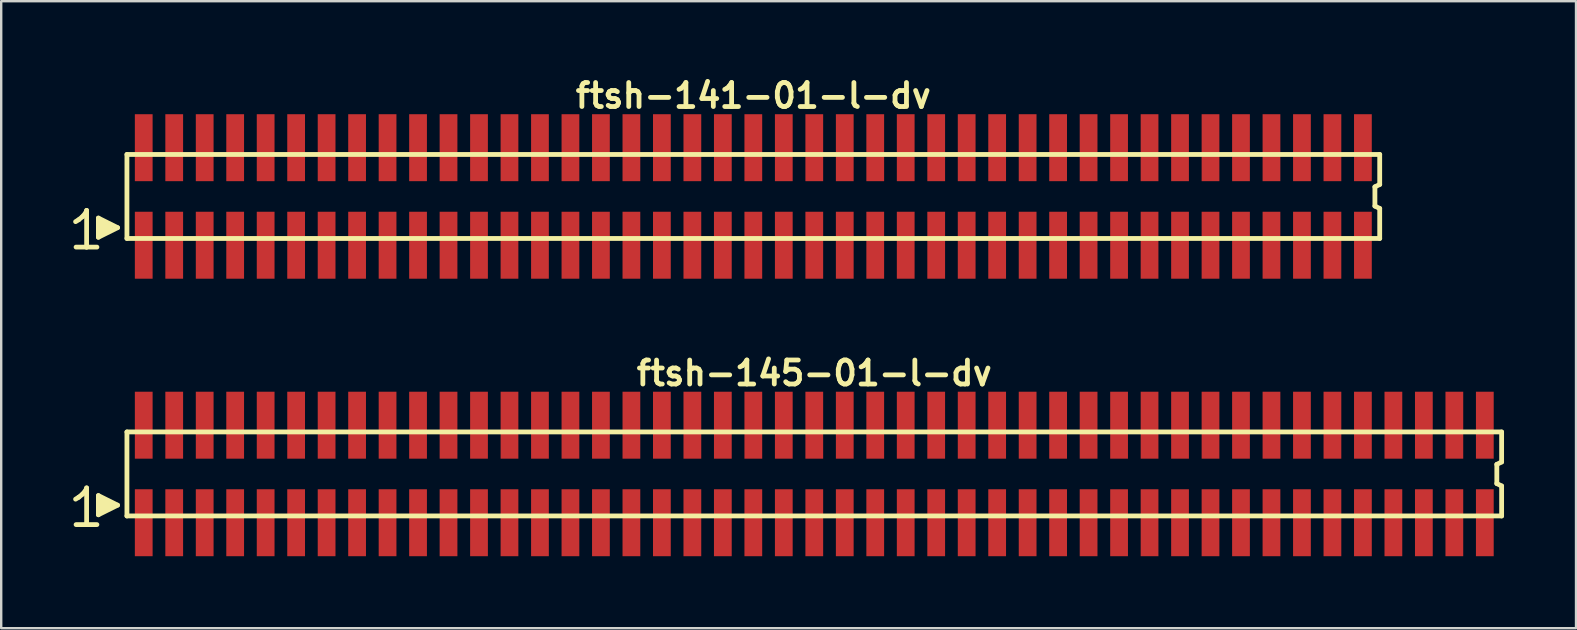
<source format=kicad_pcb>
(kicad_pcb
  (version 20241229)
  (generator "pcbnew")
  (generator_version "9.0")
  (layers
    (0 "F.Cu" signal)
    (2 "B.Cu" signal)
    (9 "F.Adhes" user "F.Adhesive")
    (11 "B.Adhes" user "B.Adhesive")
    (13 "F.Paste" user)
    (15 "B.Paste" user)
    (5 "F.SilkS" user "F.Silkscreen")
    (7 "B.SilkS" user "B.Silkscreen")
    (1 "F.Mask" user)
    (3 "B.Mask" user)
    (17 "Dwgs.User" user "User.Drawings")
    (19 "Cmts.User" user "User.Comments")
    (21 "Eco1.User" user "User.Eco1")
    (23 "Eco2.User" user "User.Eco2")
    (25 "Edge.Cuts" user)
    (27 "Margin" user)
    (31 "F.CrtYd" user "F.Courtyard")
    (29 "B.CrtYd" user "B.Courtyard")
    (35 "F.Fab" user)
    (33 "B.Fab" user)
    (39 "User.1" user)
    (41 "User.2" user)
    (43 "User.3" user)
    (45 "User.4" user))
  (footprint "ftsh-141-01-l-dv"
    (layer "F.Cu")
    (at 28.339 5.136)
    (property "Reference" "ftsh-141-01-l-dv" (at 0 -4.2 0) (layer "F.SilkS") (effects (font (size 1 1) (thickness 0.2))))
    (attr smd)
    (fp_line (start -28.24 1.05) (end -28.11 0.97) (stroke (width 0.198) (type solid)) (layer "F.SilkS"))
    (fp_line (start -28.11 0.97) (end -27.95 0.84) (stroke (width 0.198) (type solid)) (layer "F.SilkS"))
    (fp_line (start -27.95 0.84) (end -27.81 0.67) (stroke (width 0.198) (type solid)) (layer "F.SilkS"))
    (fp_line (start -27.81 0.67) (end -27.78 0.58) (stroke (width 0.198) (type solid)) (layer "F.SilkS"))
    (fp_line (start -27.78 0.58) (end -27.78 2.11) (stroke (width 0.198) (type solid)) (layer "F.SilkS"))
    (fp_line (start -27.78 2.11) (end -28.22 2.11) (stroke (width 0.198) (type solid)) (layer "F.SilkS"))
    (fp_line (start -27.35 2.11) (end -27.79 2.11) (stroke (width 0.198) (type solid)) (layer "F.SilkS"))
    (fp_line (start -27.29 0.9) (end -26.49 1.3) (stroke (width 0.198) (type solid)) (layer "F.SilkS"))
    (fp_line (start -27.29 1.7) (end -27.29 0.9) (stroke (width 0.198) (type solid)) (layer "F.SilkS"))
    (fp_line (start -27.19 1.6) (end -27.19 1) (stroke (width 0.198) (type solid)) (layer "F.SilkS"))
    (fp_line (start -27.09 1.1) (end -27.09 1.5) (stroke (width 0.198) (type solid)) (layer "F.SilkS"))
    (fp_line (start -26.99 1.5) (end -26.99 1.1) (stroke (width 0.198) (type solid)) (layer "F.SilkS"))
    (fp_line (start -26.89 1.2) (end -26.89 1.4) (stroke (width 0.198) (type solid)) (layer "F.SilkS"))
    (fp_line (start -26.79 1.4) (end -26.79 1.2) (stroke (width 0.198) (type solid)) (layer "F.SilkS"))
    (fp_line (start -26.49 1.3) (end -27.29 1.7) (stroke (width 0.198) (type solid)) (layer "F.SilkS"))
    (fp_line (start -26.1 -1.75) (end -26.1 1.75) (stroke (width 0.2) (type solid)) (layer "F.SilkS"))
    (fp_line (start -26.1 -1.75) (end 26.1 -1.75) (stroke (width 0.2) (type solid)) (layer "F.SilkS"))
    (fp_line (start -26.1 1.75) (end 26.1 1.75) (stroke (width 0.2) (type solid)) (layer "F.SilkS"))
    (fp_line (start 25.9 -0.4) (end 25.9 0.4) (stroke (width 0.2) (type solid)) (layer "F.SilkS"))
    (fp_line (start 25.9 0.4) (end 26.1 0.5) (stroke (width 0.2) (type solid)) (layer "F.SilkS"))
    (fp_line (start 26.1 -0.5) (end 25.9 -0.4) (stroke (width 0.2) (type solid)) (layer "F.SilkS"))
    (fp_line (start 26.1 -0.5) (end 26.1 -1.75) (stroke (width 0.2) (type solid)) (layer "F.SilkS"))
    (fp_line (start 26.1 0.5) (end 26.1 1.75) (stroke (width 0.2) (type solid)) (layer "F.SilkS"))
    (pad "1" smd rect (at -25.4 2.032) (size 0.74 2.79) (layers "F.Cu" "F.Mask" "F.Paste"))
    (pad "2" smd rect (at -25.4 -2.032) (size 0.74 2.79) (layers "F.Cu" "F.Mask" "F.Paste"))
    (pad "3" smd rect (at -24.13 2.032) (size 0.74 2.79) (layers "F.Cu" "F.Mask" "F.Paste"))
    (pad "4" smd rect (at -24.13 -2.032) (size 0.74 2.79) (layers "F.Cu" "F.Mask" "F.Paste"))
    (pad "5" smd rect (at -22.86 2.032) (size 0.74 2.79) (layers "F.Cu" "F.Mask" "F.Paste"))
    (pad "6" smd rect (at -22.86 -2.032) (size 0.74 2.79) (layers "F.Cu" "F.Mask" "F.Paste"))
    (pad "7" smd rect (at -21.59 2.032) (size 0.74 2.79) (layers "F.Cu" "F.Mask" "F.Paste"))
    (pad "8" smd rect (at -21.59 -2.032) (size 0.74 2.79) (layers "F.Cu" "F.Mask" "F.Paste"))
    (pad "9" smd rect (at -20.32 2.032) (size 0.74 2.79) (layers "F.Cu" "F.Mask" "F.Paste"))
    (pad "10" smd rect (at -20.32 -2.032) (size 0.74 2.79) (layers "F.Cu" "F.Mask" "F.Paste"))
    (pad "11" smd rect (at -19.05 2.032) (size 0.74 2.79) (layers "F.Cu" "F.Mask" "F.Paste"))
    (pad "12" smd rect (at -19.05 -2.032) (size 0.74 2.79) (layers "F.Cu" "F.Mask" "F.Paste"))
    (pad "13" smd rect (at -17.78 2.032) (size 0.74 2.79) (layers "F.Cu" "F.Mask" "F.Paste"))
    (pad "14" smd rect (at -17.78 -2.032) (size 0.74 2.79) (layers "F.Cu" "F.Mask" "F.Paste"))
    (pad "15" smd rect (at -16.51 2.032) (size 0.74 2.79) (layers "F.Cu" "F.Mask" "F.Paste"))
    (pad "16" smd rect (at -16.51 -2.032) (size 0.74 2.79) (layers "F.Cu" "F.Mask" "F.Paste"))
    (pad "17" smd rect (at -15.24 2.032) (size 0.74 2.79) (layers "F.Cu" "F.Mask" "F.Paste"))
    (pad "18" smd rect (at -15.24 -2.032) (size 0.74 2.79) (layers "F.Cu" "F.Mask" "F.Paste"))
    (pad "19" smd rect (at -13.97 2.032) (size 0.74 2.79) (layers "F.Cu" "F.Mask" "F.Paste"))
    (pad "20" smd rect (at -13.97 -2.032) (size 0.74 2.79) (layers "F.Cu" "F.Mask" "F.Paste"))
    (pad "21" smd rect (at -12.7 2.032) (size 0.74 2.79) (layers "F.Cu" "F.Mask" "F.Paste"))
    (pad "22" smd rect (at -12.7 -2.032) (size 0.74 2.79) (layers "F.Cu" "F.Mask" "F.Paste"))
    (pad "23" smd rect (at -11.43 2.032) (size 0.74 2.79) (layers "F.Cu" "F.Mask" "F.Paste"))
    (pad "24" smd rect (at -11.43 -2.032) (size 0.74 2.79) (layers "F.Cu" "F.Mask" "F.Paste"))
    (pad "25" smd rect (at -10.16 2.032) (size 0.74 2.79) (layers "F.Cu" "F.Mask" "F.Paste"))
    (pad "26" smd rect (at -10.16 -2.032) (size 0.74 2.79) (layers "F.Cu" "F.Mask" "F.Paste"))
    (pad "27" smd rect (at -8.89 2.032) (size 0.74 2.79) (layers "F.Cu" "F.Mask" "F.Paste"))
    (pad "28" smd rect (at -8.89 -2.032) (size 0.74 2.79) (layers "F.Cu" "F.Mask" "F.Paste"))
    (pad "29" smd rect (at -7.62 2.032) (size 0.74 2.79) (layers "F.Cu" "F.Mask" "F.Paste"))
    (pad "30" smd rect (at -7.62 -2.032) (size 0.74 2.79) (layers "F.Cu" "F.Mask" "F.Paste"))
    (pad "31" smd rect (at -6.35 2.032) (size 0.74 2.79) (layers "F.Cu" "F.Mask" "F.Paste"))
    (pad "32" smd rect (at -6.35 -2.032) (size 0.74 2.79) (layers "F.Cu" "F.Mask" "F.Paste"))
    (pad "33" smd rect (at -5.08 2.032) (size 0.74 2.79) (layers "F.Cu" "F.Mask" "F.Paste"))
    (pad "34" smd rect (at -5.08 -2.032) (size 0.74 2.79) (layers "F.Cu" "F.Mask" "F.Paste"))
    (pad "35" smd rect (at -3.81 2.032) (size 0.74 2.79) (layers "F.Cu" "F.Mask" "F.Paste"))
    (pad "36" smd rect (at -3.81 -2.032) (size 0.74 2.79) (layers "F.Cu" "F.Mask" "F.Paste"))
    (pad "37" smd rect (at -2.54 2.032) (size 0.74 2.79) (layers "F.Cu" "F.Mask" "F.Paste"))
    (pad "38" smd rect (at -2.54 -2.032) (size 0.74 2.79) (layers "F.Cu" "F.Mask" "F.Paste"))
    (pad "39" smd rect (at -1.27 2.032) (size 0.74 2.79) (layers "F.Cu" "F.Mask" "F.Paste"))
    (pad "40" smd rect (at -1.27 -2.032) (size 0.74 2.79) (layers "F.Cu" "F.Mask" "F.Paste"))
    (pad "41" smd rect (at 0 2.032) (size 0.74 2.79) (layers "F.Cu" "F.Mask" "F.Paste"))
    (pad "42" smd rect (at 0 -2.032) (size 0.74 2.79) (layers "F.Cu" "F.Mask" "F.Paste"))
    (pad "43" smd rect (at 1.27 2.032) (size 0.74 2.79) (layers "F.Cu" "F.Mask" "F.Paste"))
    (pad "44" smd rect (at 1.27 -2.032) (size 0.74 2.79) (layers "F.Cu" "F.Mask" "F.Paste"))
    (pad "45" smd rect (at 2.54 2.032) (size 0.74 2.79) (layers "F.Cu" "F.Mask" "F.Paste"))
    (pad "46" smd rect (at 2.54 -2.032) (size 0.74 2.79) (layers "F.Cu" "F.Mask" "F.Paste"))
    (pad "47" smd rect (at 3.81 2.032) (size 0.74 2.79) (layers "F.Cu" "F.Mask" "F.Paste"))
    (pad "48" smd rect (at 3.81 -2.032) (size 0.74 2.79) (layers "F.Cu" "F.Mask" "F.Paste"))
    (pad "49" smd rect (at 5.08 2.032) (size 0.74 2.79) (layers "F.Cu" "F.Mask" "F.Paste"))
    (pad "50" smd rect (at 5.08 -2.032) (size 0.74 2.79) (layers "F.Cu" "F.Mask" "F.Paste"))
    (pad "51" smd rect (at 6.35 2.032) (size 0.74 2.79) (layers "F.Cu" "F.Mask" "F.Paste"))
    (pad "52" smd rect (at 6.35 -2.032) (size 0.74 2.79) (layers "F.Cu" "F.Mask" "F.Paste"))
    (pad "53" smd rect (at 7.62 2.032) (size 0.74 2.79) (layers "F.Cu" "F.Mask" "F.Paste"))
    (pad "54" smd rect (at 7.62 -2.032) (size 0.74 2.79) (layers "F.Cu" "F.Mask" "F.Paste"))
    (pad "55" smd rect (at 8.89 2.032) (size 0.74 2.79) (layers "F.Cu" "F.Mask" "F.Paste"))
    (pad "56" smd rect (at 8.89 -2.032) (size 0.74 2.79) (layers "F.Cu" "F.Mask" "F.Paste"))
    (pad "57" smd rect (at 10.16 2.032) (size 0.74 2.79) (layers "F.Cu" "F.Mask" "F.Paste"))
    (pad "58" smd rect (at 10.16 -2.032) (size 0.74 2.79) (layers "F.Cu" "F.Mask" "F.Paste"))
    (pad "59" smd rect (at 11.43 2.032) (size 0.74 2.79) (layers "F.Cu" "F.Mask" "F.Paste"))
    (pad "60" smd rect (at 11.43 -2.032) (size 0.74 2.79) (layers "F.Cu" "F.Mask" "F.Paste"))
    (pad "61" smd rect (at 12.7 2.032) (size 0.74 2.79) (layers "F.Cu" "F.Mask" "F.Paste"))
    (pad "62" smd rect (at 12.7 -2.032) (size 0.74 2.79) (layers "F.Cu" "F.Mask" "F.Paste"))
    (pad "63" smd rect (at 13.97 2.032) (size 0.74 2.79) (layers "F.Cu" "F.Mask" "F.Paste"))
    (pad "64" smd rect (at 13.97 -2.032) (size 0.74 2.79) (layers "F.Cu" "F.Mask" "F.Paste"))
    (pad "65" smd rect (at 15.24 2.032) (size 0.74 2.79) (layers "F.Cu" "F.Mask" "F.Paste"))
    (pad "66" smd rect (at 15.24 -2.032) (size 0.74 2.79) (layers "F.Cu" "F.Mask" "F.Paste"))
    (pad "67" smd rect (at 16.51 2.032) (size 0.74 2.79) (layers "F.Cu" "F.Mask" "F.Paste"))
    (pad "68" smd rect (at 16.51 -2.032) (size 0.74 2.79) (layers "F.Cu" "F.Mask" "F.Paste"))
    (pad "69" smd rect (at 17.78 2.032) (size 0.74 2.79) (layers "F.Cu" "F.Mask" "F.Paste"))
    (pad "70" smd rect (at 17.78 -2.032) (size 0.74 2.79) (layers "F.Cu" "F.Mask" "F.Paste"))
    (pad "71" smd rect (at 19.05 2.032) (size 0.74 2.79) (layers "F.Cu" "F.Mask" "F.Paste"))
    (pad "72" smd rect (at 19.05 -2.032) (size 0.74 2.79) (layers "F.Cu" "F.Mask" "F.Paste"))
    (pad "73" smd rect (at 20.32 2.032) (size 0.74 2.79) (layers "F.Cu" "F.Mask" "F.Paste"))
    (pad "74" smd rect (at 20.32 -2.032) (size 0.74 2.79) (layers "F.Cu" "F.Mask" "F.Paste"))
    (pad "75" smd rect (at 21.59 2.032) (size 0.74 2.79) (layers "F.Cu" "F.Mask" "F.Paste"))
    (pad "76" smd rect (at 21.59 -2.032) (size 0.74 2.79) (layers "F.Cu" "F.Mask" "F.Paste"))
    (pad "77" smd rect (at 22.86 2.032) (size 0.74 2.79) (layers "F.Cu" "F.Mask" "F.Paste"))
    (pad "78" smd rect (at 22.86 -2.032) (size 0.74 2.79) (layers "F.Cu" "F.Mask" "F.Paste"))
    (pad "79" smd rect (at 24.13 2.032) (size 0.74 2.79) (layers "F.Cu" "F.Mask" "F.Paste"))
    (pad "80" smd rect (at 24.13 -2.032) (size 0.74 2.79) (layers "F.Cu" "F.Mask" "F.Paste"))
    (pad "81" smd rect (at 25.4 2.032) (size 0.74 2.79) (layers "F.Cu" "F.Mask" "F.Paste"))
    (pad "82" smd rect (at 25.4 -2.032) (size 0.74 2.79) (layers "F.Cu" "F.Mask" "F.Paste")))
  (footprint "ftsh-145-01-l-dv"
    (layer "F.Cu")
    (at 30.879 16.699)
    (property "Reference" "ftsh-145-01-l-dv" (at 0 -4.2 0) (layer "F.SilkS") (effects (font (size 1 1) (thickness 0.2))))
    (attr smd)
    (fp_line (start -30.78 1.05) (end -30.65 0.97) (stroke (width 0.198) (type solid)) (layer "F.SilkS"))
    (fp_line (start -30.65 0.97) (end -30.49 0.84) (stroke (width 0.198) (type solid)) (layer "F.SilkS"))
    (fp_line (start -30.49 0.84) (end -30.35 0.67) (stroke (width 0.198) (type solid)) (layer "F.SilkS"))
    (fp_line (start -30.35 0.67) (end -30.32 0.58) (stroke (width 0.198) (type solid)) (layer "F.SilkS"))
    (fp_line (start -30.32 0.58) (end -30.32 2.11) (stroke (width 0.198) (type solid)) (layer "F.SilkS"))
    (fp_line (start -30.32 2.11) (end -30.76 2.11) (stroke (width 0.198) (type solid)) (layer "F.SilkS"))
    (fp_line (start -29.89 2.11) (end -30.33 2.11) (stroke (width 0.198) (type solid)) (layer "F.SilkS"))
    (fp_line (start -29.83 0.9) (end -29.03 1.3) (stroke (width 0.198) (type solid)) (layer "F.SilkS"))
    (fp_line (start -29.83 1.7) (end -29.83 0.9) (stroke (width 0.198) (type solid)) (layer "F.SilkS"))
    (fp_line (start -29.73 1.6) (end -29.73 1) (stroke (width 0.198) (type solid)) (layer "F.SilkS"))
    (fp_line (start -29.63 1.1) (end -29.63 1.5) (stroke (width 0.198) (type solid)) (layer "F.SilkS"))
    (fp_line (start -29.53 1.5) (end -29.53 1.1) (stroke (width 0.198) (type solid)) (layer "F.SilkS"))
    (fp_line (start -29.43 1.2) (end -29.43 1.4) (stroke (width 0.198) (type solid)) (layer "F.SilkS"))
    (fp_line (start -29.33 1.4) (end -29.33 1.2) (stroke (width 0.198) (type solid)) (layer "F.SilkS"))
    (fp_line (start -29.03 1.3) (end -29.83 1.7) (stroke (width 0.198) (type solid)) (layer "F.SilkS"))
    (fp_line (start -28.64 -1.75) (end -28.64 1.75) (stroke (width 0.2) (type solid)) (layer "F.SilkS"))
    (fp_line (start -28.64 -1.75) (end 28.64 -1.75) (stroke (width 0.2) (type solid)) (layer "F.SilkS"))
    (fp_line (start -28.64 1.75) (end 28.64 1.75) (stroke (width 0.2) (type solid)) (layer "F.SilkS"))
    (fp_line (start 28.44 -0.4) (end 28.44 0.4) (stroke (width 0.2) (type solid)) (layer "F.SilkS"))
    (fp_line (start 28.44 -0.4) (end 28.64 -0.5) (stroke (width 0.2) (type solid)) (layer "F.SilkS"))
    (fp_line (start 28.44 0.4) (end 28.64 0.5) (stroke (width 0.2) (type solid)) (layer "F.SilkS"))
    (fp_line (start 28.64 -0.5) (end 28.64 -1.75) (stroke (width 0.2) (type solid)) (layer "F.SilkS"))
    (fp_line (start 28.64 0.5) (end 28.64 1.75) (stroke (width 0.2) (type solid)) (layer "F.SilkS"))
    (pad "1" smd rect (at -27.94 2.032) (size 0.74 2.79) (layers "F.Cu" "F.Mask" "F.Paste"))
    (pad "2" smd rect (at -27.94 -2.032) (size 0.74 2.79) (layers "F.Cu" "F.Mask" "F.Paste"))
    (pad "3" smd rect (at -26.67 2.032) (size 0.74 2.79) (layers "F.Cu" "F.Mask" "F.Paste"))
    (pad "4" smd rect (at -26.67 -2.032) (size 0.74 2.79) (layers "F.Cu" "F.Mask" "F.Paste"))
    (pad "5" smd rect (at -25.4 2.032) (size 0.74 2.79) (layers "F.Cu" "F.Mask" "F.Paste"))
    (pad "6" smd rect (at -25.4 -2.032) (size 0.74 2.79) (layers "F.Cu" "F.Mask" "F.Paste"))
    (pad "7" smd rect (at -24.13 2.032) (size 0.74 2.79) (layers "F.Cu" "F.Mask" "F.Paste"))
    (pad "8" smd rect (at -24.13 -2.032) (size 0.74 2.79) (layers "F.Cu" "F.Mask" "F.Paste"))
    (pad "9" smd rect (at -22.86 2.032) (size 0.74 2.79) (layers "F.Cu" "F.Mask" "F.Paste"))
    (pad "10" smd rect (at -22.86 -2.032) (size 0.74 2.79) (layers "F.Cu" "F.Mask" "F.Paste"))
    (pad "11" smd rect (at -21.59 2.032) (size 0.74 2.79) (layers "F.Cu" "F.Mask" "F.Paste"))
    (pad "12" smd rect (at -21.59 -2.032) (size 0.74 2.79) (layers "F.Cu" "F.Mask" "F.Paste"))
    (pad "13" smd rect (at -20.32 2.032) (size 0.74 2.79) (layers "F.Cu" "F.Mask" "F.Paste"))
    (pad "14" smd rect (at -20.32 -2.032) (size 0.74 2.79) (layers "F.Cu" "F.Mask" "F.Paste"))
    (pad "15" smd rect (at -19.05 2.032) (size 0.74 2.79) (layers "F.Cu" "F.Mask" "F.Paste"))
    (pad "16" smd rect (at -19.05 -2.032) (size 0.74 2.79) (layers "F.Cu" "F.Mask" "F.Paste"))
    (pad "17" smd rect (at -17.78 2.032) (size 0.74 2.79) (layers "F.Cu" "F.Mask" "F.Paste"))
    (pad "18" smd rect (at -17.78 -2.032) (size 0.74 2.79) (layers "F.Cu" "F.Mask" "F.Paste"))
    (pad "19" smd rect (at -16.51 2.032) (size 0.74 2.79) (layers "F.Cu" "F.Mask" "F.Paste"))
    (pad "20" smd rect (at -16.51 -2.032) (size 0.74 2.79) (layers "F.Cu" "F.Mask" "F.Paste"))
    (pad "21" smd rect (at -15.24 2.032) (size 0.74 2.79) (layers "F.Cu" "F.Mask" "F.Paste"))
    (pad "22" smd rect (at -15.24 -2.032) (size 0.74 2.79) (layers "F.Cu" "F.Mask" "F.Paste"))
    (pad "23" smd rect (at -13.97 2.032) (size 0.74 2.79) (layers "F.Cu" "F.Mask" "F.Paste"))
    (pad "24" smd rect (at -13.97 -2.032) (size 0.74 2.79) (layers "F.Cu" "F.Mask" "F.Paste"))
    (pad "25" smd rect (at -12.7 2.032) (size 0.74 2.79) (layers "F.Cu" "F.Mask" "F.Paste"))
    (pad "26" smd rect (at -12.7 -2.032) (size 0.74 2.79) (layers "F.Cu" "F.Mask" "F.Paste"))
    (pad "27" smd rect (at -11.43 2.032) (size 0.74 2.79) (layers "F.Cu" "F.Mask" "F.Paste"))
    (pad "28" smd rect (at -11.43 -2.032) (size 0.74 2.79) (layers "F.Cu" "F.Mask" "F.Paste"))
    (pad "29" smd rect (at -10.16 2.032) (size 0.74 2.79) (layers "F.Cu" "F.Mask" "F.Paste"))
    (pad "30" smd rect (at -10.16 -2.032) (size 0.74 2.79) (layers "F.Cu" "F.Mask" "F.Paste"))
    (pad "31" smd rect (at -8.89 2.032) (size 0.74 2.79) (layers "F.Cu" "F.Mask" "F.Paste"))
    (pad "32" smd rect (at -8.89 -2.032) (size 0.74 2.79) (layers "F.Cu" "F.Mask" "F.Paste"))
    (pad "33" smd rect (at -7.62 2.032) (size 0.74 2.79) (layers "F.Cu" "F.Mask" "F.Paste"))
    (pad "34" smd rect (at -7.62 -2.032) (size 0.74 2.79) (layers "F.Cu" "F.Mask" "F.Paste"))
    (pad "35" smd rect (at -6.35 2.032) (size 0.74 2.79) (layers "F.Cu" "F.Mask" "F.Paste"))
    (pad "36" smd rect (at -6.35 -2.032) (size 0.74 2.79) (layers "F.Cu" "F.Mask" "F.Paste"))
    (pad "37" smd rect (at -5.08 2.032) (size 0.74 2.79) (layers "F.Cu" "F.Mask" "F.Paste"))
    (pad "38" smd rect (at -5.08 -2.032) (size 0.74 2.79) (layers "F.Cu" "F.Mask" "F.Paste"))
    (pad "39" smd rect (at -3.81 2.032) (size 0.74 2.79) (layers "F.Cu" "F.Mask" "F.Paste"))
    (pad "40" smd rect (at -3.81 -2.032) (size 0.74 2.79) (layers "F.Cu" "F.Mask" "F.Paste"))
    (pad "41" smd rect (at -2.54 2.032) (size 0.74 2.79) (layers "F.Cu" "F.Mask" "F.Paste"))
    (pad "42" smd rect (at -2.54 -2.032) (size 0.74 2.79) (layers "F.Cu" "F.Mask" "F.Paste"))
    (pad "43" smd rect (at -1.27 2.032) (size 0.74 2.79) (layers "F.Cu" "F.Mask" "F.Paste"))
    (pad "44" smd rect (at -1.27 -2.032) (size 0.74 2.79) (layers "F.Cu" "F.Mask" "F.Paste"))
    (pad "45" smd rect (at 0 2.032) (size 0.74 2.79) (layers "F.Cu" "F.Mask" "F.Paste"))
    (pad "46" smd rect (at 0 -2.032) (size 0.74 2.79) (layers "F.Cu" "F.Mask" "F.Paste"))
    (pad "47" smd rect (at 1.27 2.032) (size 0.74 2.79) (layers "F.Cu" "F.Mask" "F.Paste"))
    (pad "48" smd rect (at 1.27 -2.032) (size 0.74 2.79) (layers "F.Cu" "F.Mask" "F.Paste"))
    (pad "49" smd rect (at 2.54 2.032) (size 0.74 2.79) (layers "F.Cu" "F.Mask" "F.Paste"))
    (pad "50" smd rect (at 2.54 -2.032) (size 0.74 2.79) (layers "F.Cu" "F.Mask" "F.Paste"))
    (pad "51" smd rect (at 3.81 2.032) (size 0.74 2.79) (layers "F.Cu" "F.Mask" "F.Paste"))
    (pad "52" smd rect (at 3.81 -2.032) (size 0.74 2.79) (layers "F.Cu" "F.Mask" "F.Paste"))
    (pad "53" smd rect (at 5.08 2.032) (size 0.74 2.79) (layers "F.Cu" "F.Mask" "F.Paste"))
    (pad "54" smd rect (at 5.08 -2.032) (size 0.74 2.79) (layers "F.Cu" "F.Mask" "F.Paste"))
    (pad "55" smd rect (at 6.35 2.032) (size 0.74 2.79) (layers "F.Cu" "F.Mask" "F.Paste"))
    (pad "56" smd rect (at 6.35 -2.032) (size 0.74 2.79) (layers "F.Cu" "F.Mask" "F.Paste"))
    (pad "57" smd rect (at 7.62 2.032) (size 0.74 2.79) (layers "F.Cu" "F.Mask" "F.Paste"))
    (pad "58" smd rect (at 7.62 -2.032) (size 0.74 2.79) (layers "F.Cu" "F.Mask" "F.Paste"))
    (pad "59" smd rect (at 8.89 2.032) (size 0.74 2.79) (layers "F.Cu" "F.Mask" "F.Paste"))
    (pad "60" smd rect (at 8.89 -2.032) (size 0.74 2.79) (layers "F.Cu" "F.Mask" "F.Paste"))
    (pad "61" smd rect (at 10.16 2.032) (size 0.74 2.79) (layers "F.Cu" "F.Mask" "F.Paste"))
    (pad "62" smd rect (at 10.16 -2.032) (size 0.74 2.79) (layers "F.Cu" "F.Mask" "F.Paste"))
    (pad "63" smd rect (at 11.43 2.032) (size 0.74 2.79) (layers "F.Cu" "F.Mask" "F.Paste"))
    (pad "64" smd rect (at 11.43 -2.032) (size 0.74 2.79) (layers "F.Cu" "F.Mask" "F.Paste"))
    (pad "65" smd rect (at 12.7 2.032) (size 0.74 2.79) (layers "F.Cu" "F.Mask" "F.Paste"))
    (pad "66" smd rect (at 12.7 -2.032) (size 0.74 2.79) (layers "F.Cu" "F.Mask" "F.Paste"))
    (pad "67" smd rect (at 13.97 2.032) (size 0.74 2.79) (layers "F.Cu" "F.Mask" "F.Paste"))
    (pad "68" smd rect (at 13.97 -2.032) (size 0.74 2.79) (layers "F.Cu" "F.Mask" "F.Paste"))
    (pad "69" smd rect (at 15.24 2.032) (size 0.74 2.79) (layers "F.Cu" "F.Mask" "F.Paste"))
    (pad "70" smd rect (at 15.24 -2.032) (size 0.74 2.79) (layers "F.Cu" "F.Mask" "F.Paste"))
    (pad "71" smd rect (at 16.51 2.032) (size 0.74 2.79) (layers "F.Cu" "F.Mask" "F.Paste"))
    (pad "72" smd rect (at 16.51 -2.032) (size 0.74 2.79) (layers "F.Cu" "F.Mask" "F.Paste"))
    (pad "73" smd rect (at 17.78 2.032) (size 0.74 2.79) (layers "F.Cu" "F.Mask" "F.Paste"))
    (pad "74" smd rect (at 17.78 -2.032) (size 0.74 2.79) (layers "F.Cu" "F.Mask" "F.Paste"))
    (pad "75" smd rect (at 19.05 2.032) (size 0.74 2.79) (layers "F.Cu" "F.Mask" "F.Paste"))
    (pad "76" smd rect (at 19.05 -2.032) (size 0.74 2.79) (layers "F.Cu" "F.Mask" "F.Paste"))
    (pad "77" smd rect (at 20.32 2.032) (size 0.74 2.79) (layers "F.Cu" "F.Mask" "F.Paste"))
    (pad "78" smd rect (at 20.32 -2.032) (size 0.74 2.79) (layers "F.Cu" "F.Mask" "F.Paste"))
    (pad "79" smd rect (at 21.59 2.032) (size 0.74 2.79) (layers "F.Cu" "F.Mask" "F.Paste"))
    (pad "80" smd rect (at 21.59 -2.032) (size 0.74 2.79) (layers "F.Cu" "F.Mask" "F.Paste"))
    (pad "81" smd rect (at 22.86 2.032) (size 0.74 2.79) (layers "F.Cu" "F.Mask" "F.Paste"))
    (pad "82" smd rect (at 22.86 -2.032) (size 0.74 2.79) (layers "F.Cu" "F.Mask" "F.Paste"))
    (pad "83" smd rect (at 24.13 2.032) (size 0.74 2.79) (layers "F.Cu" "F.Mask" "F.Paste"))
    (pad "84" smd rect (at 24.13 -2.032) (size 0.74 2.79) (layers "F.Cu" "F.Mask" "F.Paste"))
    (pad "85" smd rect (at 25.4 2.032) (size 0.74 2.79) (layers "F.Cu" "F.Mask" "F.Paste"))
    (pad "86" smd rect (at 25.4 -2.032) (size 0.74 2.79) (layers "F.Cu" "F.Mask" "F.Paste"))
    (pad "87" smd rect (at 26.67 2.032) (size 0.74 2.79) (layers "F.Cu" "F.Mask" "F.Paste"))
    (pad "88" smd rect (at 26.67 -2.032) (size 0.74 2.79) (layers "F.Cu" "F.Mask" "F.Paste"))
    (pad "89" smd rect (at 27.94 2.032) (size 0.74 2.79) (layers "F.Cu" "F.Mask" "F.Paste"))
    (pad "90" smd rect (at 27.94 -2.032) (size 0.74 2.79) (layers "F.Cu" "F.Mask" "F.Paste")))
  (gr_rect
    (start -3 -3)
    (end 62.619 23.126)
    (stroke (width 0.1) (type default))
    (fill no)
    (layer "Edge.Cuts")))
</source>
